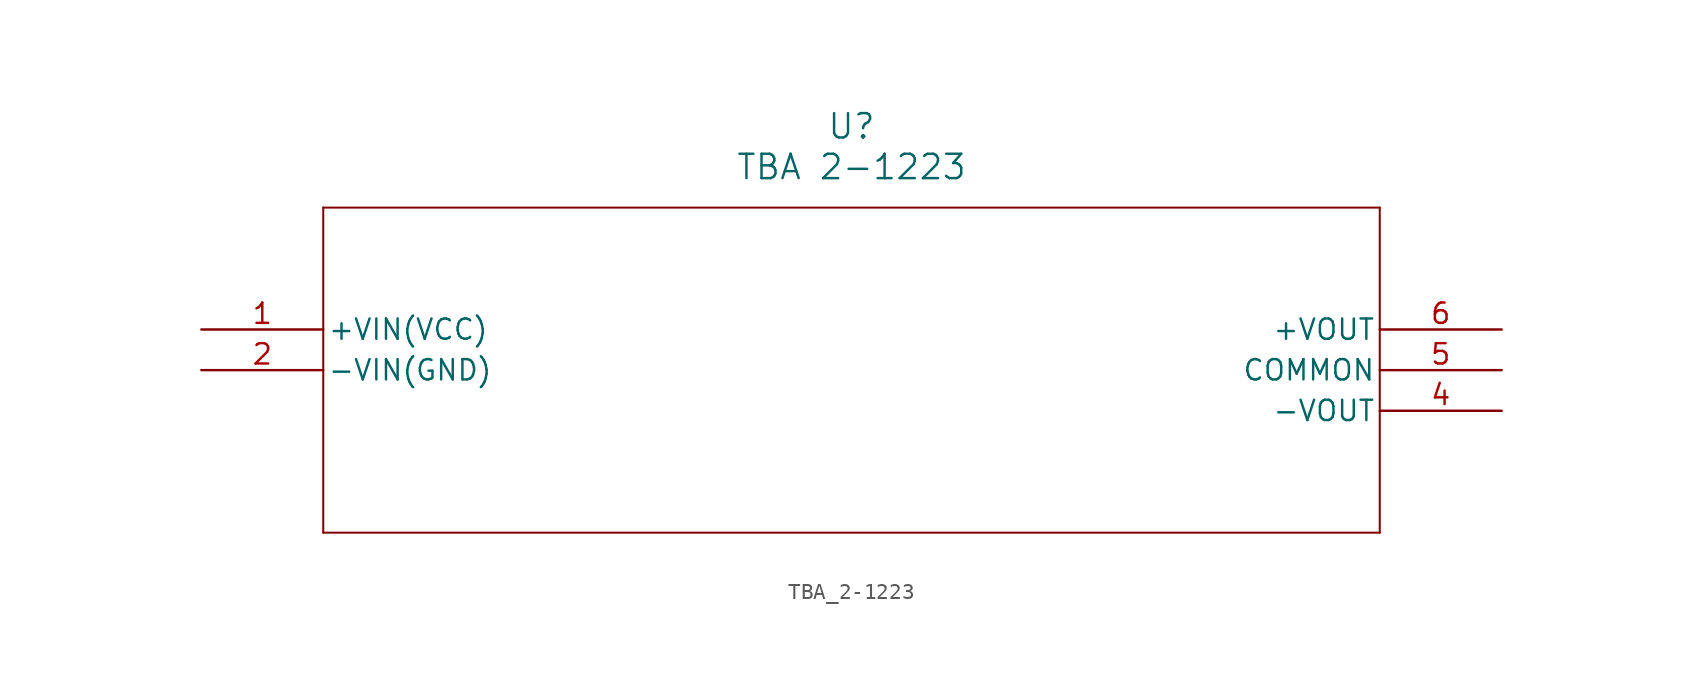
<source format=kicad_sym>
(kicad_symbol_lib
  (version 20211014)
  (generator kicad_symbol_editor)
  (symbol "TBA_2-1223"
    (pin_names
      (offset 0.254))
    (property "Reference" "U"
      (at 40.64 12.7 0)
      (effects (font (size 1.524 1.524))))
    (property "Value" "TBA 2-1223"
      (at 40.64 10.16 0)
      (effects (font (size 1.524 1.524))))
    (symbol "TBA_2-1223_0_1"
      (polyline (pts (xy 7.62 7.62) (xy 7.62 -12.7)) (stroke (width 0.127) (type default) (color 0 0 0 0)) (fill (type none)))
      (polyline (pts (xy 7.62 -12.7) (xy 73.66 -12.7)) (stroke (width 0.127) (type default) (color 0 0 0 0)) (fill (type none)))
      (polyline (pts (xy 73.66 -12.7) (xy 73.66 7.62)) (stroke (width 0.127) (type default) (color 0 0 0 0)) (fill (type none)))
      (polyline (pts (xy 73.66 7.62) (xy 7.62 7.62)) (stroke (width 0.127) (type default) (color 0 0 0 0)) (fill (type none)))
      (pin power_in line (at 0 0 0) (length 7.62) (name "+VIN(VCC)" (effects (font (size 1.27 1.27)))) (number "1" (effects (font (size 1.27 1.27)))))
      (pin power_out line (at 0 -2.54 0) (length 7.62) (name "-VIN(GND)" (effects (font (size 1.27 1.27)))) (number "2" (effects (font (size 1.27 1.27)))))
      (pin power_in line (at 81.28 -5.08 180) (length 7.62) (name "-VOUT" (effects (font (size 1.27 1.27)))) (number "4" (effects (font (size 1.27 1.27)))))
      (pin unspecified line (at 81.28 -2.54 180) (length 7.62) (name "COMMON" (effects (font (size 1.27 1.27)))) (number "5" (effects (font (size 1.27 1.27)))))
      (pin power_in line (at 81.28 0 180) (length 7.62) (name "+VOUT" (effects (font (size 1.27 1.27)))) (number "6" (effects (font (size 1.27 1.27))))))))
</source>
